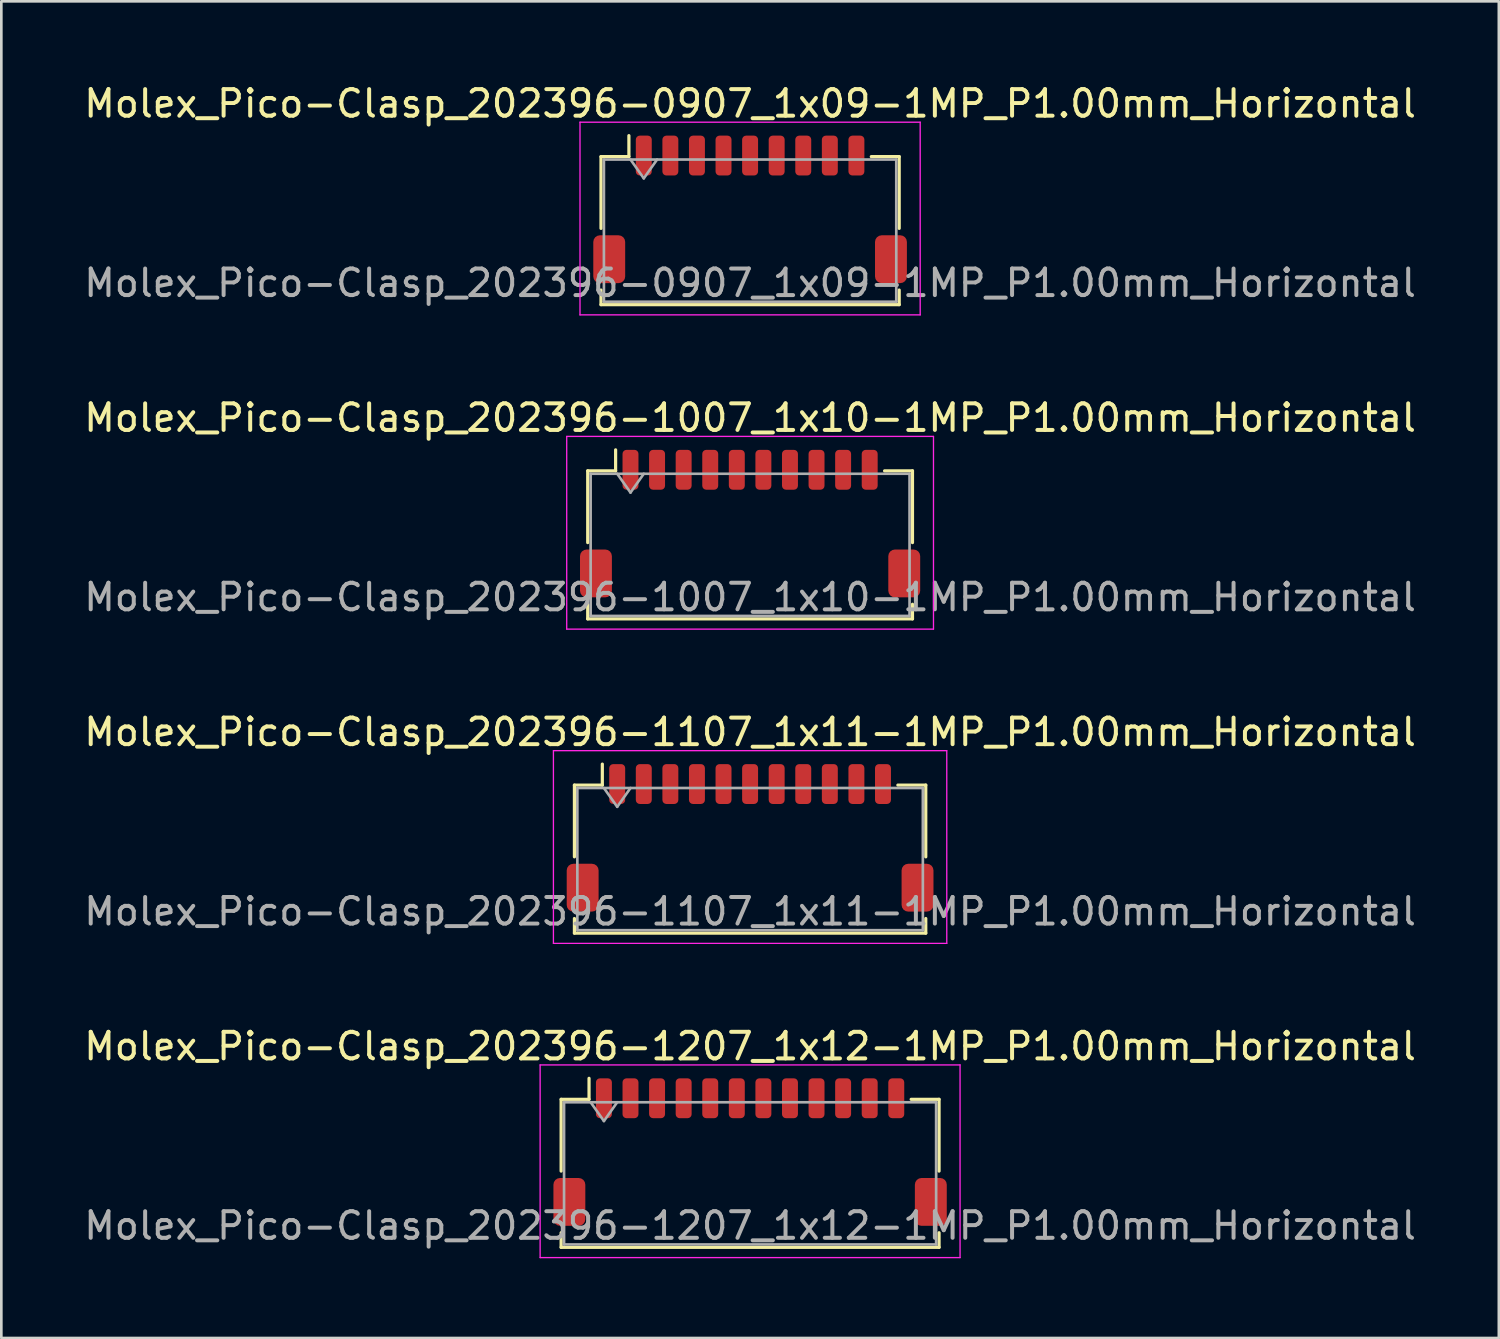
<source format=kicad_pcb>
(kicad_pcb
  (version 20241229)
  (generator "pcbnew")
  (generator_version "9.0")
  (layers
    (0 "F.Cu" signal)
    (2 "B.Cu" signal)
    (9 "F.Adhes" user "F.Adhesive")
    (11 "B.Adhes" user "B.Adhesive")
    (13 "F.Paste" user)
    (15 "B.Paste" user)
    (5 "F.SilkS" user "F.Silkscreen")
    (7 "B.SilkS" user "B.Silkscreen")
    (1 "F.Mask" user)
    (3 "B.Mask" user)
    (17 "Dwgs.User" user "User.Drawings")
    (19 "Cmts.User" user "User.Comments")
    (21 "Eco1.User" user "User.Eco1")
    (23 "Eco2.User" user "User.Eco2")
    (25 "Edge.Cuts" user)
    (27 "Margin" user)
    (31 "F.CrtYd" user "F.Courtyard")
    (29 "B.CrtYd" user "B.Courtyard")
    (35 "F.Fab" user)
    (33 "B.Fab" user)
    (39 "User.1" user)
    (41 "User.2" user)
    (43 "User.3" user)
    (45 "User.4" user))
  (footprint "Molex_Pico-Clasp_202396-1107_1x11-1MP_P1.00mm_Horizontal"
    (layer "F.Cu")
    (at 25.173 28.475)
    (property "Reference" "Molex_Pico-Clasp_202396-1107_1x11-1MP_P1.00mm_Horizontal" (at 0 -3.98 0) (layer "F.SilkS") (effects (font (size 1 1) (thickness 0.15))))
    (attr smd)
    (fp_line (start -6.61 -1.985) (end -5.56 -1.985) (stroke (width 0.12) (type solid)) (layer "F.SilkS"))
    (fp_line (start -6.61 0.715) (end -6.61 -1.985) (stroke (width 0.12) (type solid)) (layer "F.SilkS"))
    (fp_line (start -6.61 3.035) (end -6.61 3.585) (stroke (width 0.12) (type solid)) (layer "F.SilkS"))
    (fp_line (start -6.61 3.585) (end 6.61 3.585) (stroke (width 0.12) (type solid)) (layer "F.SilkS"))
    (fp_line (start -5.56 -1.985) (end -5.56 -2.775) (stroke (width 0.12) (type solid)) (layer "F.SilkS"))
    (fp_line (start 6.61 -1.985) (end 5.56 -1.985) (stroke (width 0.12) (type solid)) (layer "F.SilkS"))
    (fp_line (start 6.61 0.715) (end 6.61 -1.985) (stroke (width 0.12) (type solid)) (layer "F.SilkS"))
    (fp_line (start 6.61 3.585) (end 6.61 3.035) (stroke (width 0.12) (type solid)) (layer "F.SilkS"))
    (fp_line (start -7.4 -3.28) (end -7.4 3.97) (stroke (width 0.05) (type solid)) (layer "F.CrtYd"))
    (fp_line (start -7.4 3.97) (end 7.4 3.97) (stroke (width 0.05) (type solid)) (layer "F.CrtYd"))
    (fp_line (start 7.4 -3.28) (end -7.4 -3.28) (stroke (width 0.05) (type solid)) (layer "F.CrtYd"))
    (fp_line (start 7.4 3.97) (end 7.4 -3.28) (stroke (width 0.05) (type solid)) (layer "F.CrtYd"))
    (fp_line (start -6.5 -1.875) (end -6.5 3.475) (stroke (width 0.1) (type solid)) (layer "F.Fab"))
    (fp_line (start -6.5 -1.875) (end 6.5 -1.875) (stroke (width 0.1) (type solid)) (layer "F.Fab"))
    (fp_line (start -6.5 3.475) (end 6.5 3.475) (stroke (width 0.1) (type solid)) (layer "F.Fab"))
    (fp_line (start -5.5 -1.875) (end -5 -1.168) (stroke (width 0.1) (type solid)) (layer "F.Fab"))
    (fp_line (start -5 -1.168) (end -4.5 -1.875) (stroke (width 0.1) (type solid)) (layer "F.Fab"))
    (fp_line (start 6.5 -1.875) (end 6.5 3.475) (stroke (width 0.1) (type solid)) (layer "F.Fab"))
    (fp_text user "${REFERENCE}" (at 0 2.77 0) (layer "F.Fab") (effects (font (size 1 1) (thickness 0.15))))
    (pad "1" smd roundrect (at -5 -2.025) (size 0.6 1.5) (layers "F.Cu" "F.Mask" "F.Paste") (roundrect_rratio 0.25))
    (pad "2" smd roundrect (at -4 -2.025) (size 0.6 1.5) (layers "F.Cu" "F.Mask" "F.Paste") (roundrect_rratio 0.25))
    (pad "3" smd roundrect (at -3 -2.025) (size 0.6 1.5) (layers "F.Cu" "F.Mask" "F.Paste") (roundrect_rratio 0.25))
    (pad "4" smd roundrect (at -2 -2.025) (size 0.6 1.5) (layers "F.Cu" "F.Mask" "F.Paste") (roundrect_rratio 0.25))
    (pad "5" smd roundrect (at -1 -2.025) (size 0.6 1.5) (layers "F.Cu" "F.Mask" "F.Paste") (roundrect_rratio 0.25))
    (pad "6" smd roundrect (at 0 -2.025) (size 0.6 1.5) (layers "F.Cu" "F.Mask" "F.Paste") (roundrect_rratio 0.25))
    (pad "7" smd roundrect (at 1 -2.025) (size 0.6 1.5) (layers "F.Cu" "F.Mask" "F.Paste") (roundrect_rratio 0.25))
    (pad "8" smd roundrect (at 2 -2.025) (size 0.6 1.5) (layers "F.Cu" "F.Mask" "F.Paste") (roundrect_rratio 0.25))
    (pad "9" smd roundrect (at 3 -2.025) (size 0.6 1.5) (layers "F.Cu" "F.Mask" "F.Paste") (roundrect_rratio 0.25))
    (pad "10" smd roundrect (at 4 -2.025) (size 0.6 1.5) (layers "F.Cu" "F.Mask" "F.Paste") (roundrect_rratio 0.25))
    (pad "11" smd roundrect (at 5 -2.025) (size 0.6 1.5) (layers "F.Cu" "F.Mask" "F.Paste") (roundrect_rratio 0.25))
    (pad "MP" smd roundrect (at -6.3 1.875) (size 1.2 1.8) (layers "F.Cu" "F.Mask" "F.Paste") (roundrect_rratio 0.208))
    (pad "MP" smd roundrect (at 6.3 1.875) (size 1.2 1.8) (layers "F.Cu" "F.Mask" "F.Paste") (roundrect_rratio 0.208)))
  (footprint "Molex_Pico-Clasp_202396-1007_1x10-1MP_P1.00mm_Horizontal"
    (layer "F.Cu")
    (at 25.173 16.651)
    (property "Reference" "Molex_Pico-Clasp_202396-1007_1x10-1MP_P1.00mm_Horizontal" (at 0 -3.98 0) (layer "F.SilkS") (effects (font (size 1 1) (thickness 0.15))))
    (attr smd)
    (fp_line (start -6.11 -1.985) (end -5.06 -1.985) (stroke (width 0.12) (type solid)) (layer "F.SilkS"))
    (fp_line (start -6.11 0.715) (end -6.11 -1.985) (stroke (width 0.12) (type solid)) (layer "F.SilkS"))
    (fp_line (start -6.11 3.035) (end -6.11 3.585) (stroke (width 0.12) (type solid)) (layer "F.SilkS"))
    (fp_line (start -6.11 3.585) (end 6.11 3.585) (stroke (width 0.12) (type solid)) (layer "F.SilkS"))
    (fp_line (start -5.06 -1.985) (end -5.06 -2.775) (stroke (width 0.12) (type solid)) (layer "F.SilkS"))
    (fp_line (start 6.11 -1.985) (end 5.06 -1.985) (stroke (width 0.12) (type solid)) (layer "F.SilkS"))
    (fp_line (start 6.11 0.715) (end 6.11 -1.985) (stroke (width 0.12) (type solid)) (layer "F.SilkS"))
    (fp_line (start 6.11 3.585) (end 6.11 3.035) (stroke (width 0.12) (type solid)) (layer "F.SilkS"))
    (fp_line (start -6.9 -3.28) (end -6.9 3.97) (stroke (width 0.05) (type solid)) (layer "F.CrtYd"))
    (fp_line (start -6.9 3.97) (end 6.9 3.97) (stroke (width 0.05) (type solid)) (layer "F.CrtYd"))
    (fp_line (start 6.9 -3.28) (end -6.9 -3.28) (stroke (width 0.05) (type solid)) (layer "F.CrtYd"))
    (fp_line (start 6.9 3.97) (end 6.9 -3.28) (stroke (width 0.05) (type solid)) (layer "F.CrtYd"))
    (fp_line (start -6 -1.875) (end -6 3.475) (stroke (width 0.1) (type solid)) (layer "F.Fab"))
    (fp_line (start -6 -1.875) (end 6 -1.875) (stroke (width 0.1) (type solid)) (layer "F.Fab"))
    (fp_line (start -6 3.475) (end 6 3.475) (stroke (width 0.1) (type solid)) (layer "F.Fab"))
    (fp_line (start -5 -1.875) (end -4.5 -1.168) (stroke (width 0.1) (type solid)) (layer "F.Fab"))
    (fp_line (start -4.5 -1.168) (end -4 -1.875) (stroke (width 0.1) (type solid)) (layer "F.Fab"))
    (fp_line (start 6 -1.875) (end 6 3.475) (stroke (width 0.1) (type solid)) (layer "F.Fab"))
    (fp_text user "${REFERENCE}" (at 0 2.77 0) (layer "F.Fab") (effects (font (size 1 1) (thickness 0.15))))
    (pad "1" smd roundrect (at -4.5 -2.025) (size 0.6 1.5) (layers "F.Cu" "F.Mask" "F.Paste") (roundrect_rratio 0.25))
    (pad "2" smd roundrect (at -3.5 -2.025) (size 0.6 1.5) (layers "F.Cu" "F.Mask" "F.Paste") (roundrect_rratio 0.25))
    (pad "3" smd roundrect (at -2.5 -2.025) (size 0.6 1.5) (layers "F.Cu" "F.Mask" "F.Paste") (roundrect_rratio 0.25))
    (pad "4" smd roundrect (at -1.5 -2.025) (size 0.6 1.5) (layers "F.Cu" "F.Mask" "F.Paste") (roundrect_rratio 0.25))
    (pad "5" smd roundrect (at -0.5 -2.025) (size 0.6 1.5) (layers "F.Cu" "F.Mask" "F.Paste") (roundrect_rratio 0.25))
    (pad "6" smd roundrect (at 0.5 -2.025) (size 0.6 1.5) (layers "F.Cu" "F.Mask" "F.Paste") (roundrect_rratio 0.25))
    (pad "7" smd roundrect (at 1.5 -2.025) (size 0.6 1.5) (layers "F.Cu" "F.Mask" "F.Paste") (roundrect_rratio 0.25))
    (pad "8" smd roundrect (at 2.5 -2.025) (size 0.6 1.5) (layers "F.Cu" "F.Mask" "F.Paste") (roundrect_rratio 0.25))
    (pad "9" smd roundrect (at 3.5 -2.025) (size 0.6 1.5) (layers "F.Cu" "F.Mask" "F.Paste") (roundrect_rratio 0.25))
    (pad "10" smd roundrect (at 4.5 -2.025) (size 0.6 1.5) (layers "F.Cu" "F.Mask" "F.Paste") (roundrect_rratio 0.25))
    (pad "MP" smd roundrect (at -5.8 1.875) (size 1.2 1.8) (layers "F.Cu" "F.Mask" "F.Paste") (roundrect_rratio 0.208))
    (pad "MP" smd roundrect (at 5.8 1.875) (size 1.2 1.8) (layers "F.Cu" "F.Mask" "F.Paste") (roundrect_rratio 0.208)))
  (footprint "Molex_Pico-Clasp_202396-0907_1x09-1MP_P1.00mm_Horizontal"
    (layer "F.Cu")
    (at 25.173 4.828)
    (property "Reference" "Molex_Pico-Clasp_202396-0907_1x09-1MP_P1.00mm_Horizontal" (at 0 -3.98 0) (layer "F.SilkS") (effects (font (size 1 1) (thickness 0.15))))
    (attr smd)
    (fp_line (start -5.61 -1.985) (end -4.56 -1.985) (stroke (width 0.12) (type solid)) (layer "F.SilkS"))
    (fp_line (start -5.61 0.715) (end -5.61 -1.985) (stroke (width 0.12) (type solid)) (layer "F.SilkS"))
    (fp_line (start -5.61 3.035) (end -5.61 3.585) (stroke (width 0.12) (type solid)) (layer "F.SilkS"))
    (fp_line (start -5.61 3.585) (end 5.61 3.585) (stroke (width 0.12) (type solid)) (layer "F.SilkS"))
    (fp_line (start -4.56 -1.985) (end -4.56 -2.775) (stroke (width 0.12) (type solid)) (layer "F.SilkS"))
    (fp_line (start 5.61 -1.985) (end 4.56 -1.985) (stroke (width 0.12) (type solid)) (layer "F.SilkS"))
    (fp_line (start 5.61 0.715) (end 5.61 -1.985) (stroke (width 0.12) (type solid)) (layer "F.SilkS"))
    (fp_line (start 5.61 3.585) (end 5.61 3.035) (stroke (width 0.12) (type solid)) (layer "F.SilkS"))
    (fp_line (start -6.4 -3.28) (end -6.4 3.97) (stroke (width 0.05) (type solid)) (layer "F.CrtYd"))
    (fp_line (start -6.4 3.97) (end 6.4 3.97) (stroke (width 0.05) (type solid)) (layer "F.CrtYd"))
    (fp_line (start 6.4 -3.28) (end -6.4 -3.28) (stroke (width 0.05) (type solid)) (layer "F.CrtYd"))
    (fp_line (start 6.4 3.97) (end 6.4 -3.28) (stroke (width 0.05) (type solid)) (layer "F.CrtYd"))
    (fp_line (start -5.5 -1.875) (end -5.5 3.475) (stroke (width 0.1) (type solid)) (layer "F.Fab"))
    (fp_line (start -5.5 -1.875) (end 5.5 -1.875) (stroke (width 0.1) (type solid)) (layer "F.Fab"))
    (fp_line (start -5.5 3.475) (end 5.5 3.475) (stroke (width 0.1) (type solid)) (layer "F.Fab"))
    (fp_line (start -4.5 -1.875) (end -4 -1.168) (stroke (width 0.1) (type solid)) (layer "F.Fab"))
    (fp_line (start -4 -1.168) (end -3.5 -1.875) (stroke (width 0.1) (type solid)) (layer "F.Fab"))
    (fp_line (start 5.5 -1.875) (end 5.5 3.475) (stroke (width 0.1) (type solid)) (layer "F.Fab"))
    (fp_text user "${REFERENCE}" (at 0 2.77 0) (layer "F.Fab") (effects (font (size 1 1) (thickness 0.15))))
    (pad "1" smd roundrect (at -4 -2.025) (size 0.6 1.5) (layers "F.Cu" "F.Mask" "F.Paste") (roundrect_rratio 0.25))
    (pad "2" smd roundrect (at -3 -2.025) (size 0.6 1.5) (layers "F.Cu" "F.Mask" "F.Paste") (roundrect_rratio 0.25))
    (pad "3" smd roundrect (at -2 -2.025) (size 0.6 1.5) (layers "F.Cu" "F.Mask" "F.Paste") (roundrect_rratio 0.25))
    (pad "4" smd roundrect (at -1 -2.025) (size 0.6 1.5) (layers "F.Cu" "F.Mask" "F.Paste") (roundrect_rratio 0.25))
    (pad "5" smd roundrect (at 0 -2.025) (size 0.6 1.5) (layers "F.Cu" "F.Mask" "F.Paste") (roundrect_rratio 0.25))
    (pad "6" smd roundrect (at 1 -2.025) (size 0.6 1.5) (layers "F.Cu" "F.Mask" "F.Paste") (roundrect_rratio 0.25))
    (pad "7" smd roundrect (at 2 -2.025) (size 0.6 1.5) (layers "F.Cu" "F.Mask" "F.Paste") (roundrect_rratio 0.25))
    (pad "8" smd roundrect (at 3 -2.025) (size 0.6 1.5) (layers "F.Cu" "F.Mask" "F.Paste") (roundrect_rratio 0.25))
    (pad "9" smd roundrect (at 4 -2.025) (size 0.6 1.5) (layers "F.Cu" "F.Mask" "F.Paste") (roundrect_rratio 0.25))
    (pad "MP" smd roundrect (at -5.3 1.875) (size 1.2 1.8) (layers "F.Cu" "F.Mask" "F.Paste") (roundrect_rratio 0.208))
    (pad "MP" smd roundrect (at 5.3 1.875) (size 1.2 1.8) (layers "F.Cu" "F.Mask" "F.Paste") (roundrect_rratio 0.208)))
  (footprint "Molex_Pico-Clasp_202396-1207_1x12-1MP_P1.00mm_Horizontal"
    (layer "F.Cu")
    (at 25.173 40.298)
    (property "Reference" "Molex_Pico-Clasp_202396-1207_1x12-1MP_P1.00mm_Horizontal" (at 0 -3.98 0) (layer "F.SilkS") (effects (font (size 1 1) (thickness 0.15))))
    (attr smd)
    (fp_line (start -7.11 -1.985) (end -6.06 -1.985) (stroke (width 0.12) (type solid)) (layer "F.SilkS"))
    (fp_line (start -7.11 0.715) (end -7.11 -1.985) (stroke (width 0.12) (type solid)) (layer "F.SilkS"))
    (fp_line (start -7.11 3.035) (end -7.11 3.585) (stroke (width 0.12) (type solid)) (layer "F.SilkS"))
    (fp_line (start -7.11 3.585) (end 7.11 3.585) (stroke (width 0.12) (type solid)) (layer "F.SilkS"))
    (fp_line (start -6.06 -1.985) (end -6.06 -2.775) (stroke (width 0.12) (type solid)) (layer "F.SilkS"))
    (fp_line (start 7.11 -1.985) (end 6.06 -1.985) (stroke (width 0.12) (type solid)) (layer "F.SilkS"))
    (fp_line (start 7.11 0.715) (end 7.11 -1.985) (stroke (width 0.12) (type solid)) (layer "F.SilkS"))
    (fp_line (start 7.11 3.585) (end 7.11 3.035) (stroke (width 0.12) (type solid)) (layer "F.SilkS"))
    (fp_line (start -7.9 -3.28) (end -7.9 3.97) (stroke (width 0.05) (type solid)) (layer "F.CrtYd"))
    (fp_line (start -7.9 3.97) (end 7.9 3.97) (stroke (width 0.05) (type solid)) (layer "F.CrtYd"))
    (fp_line (start 7.9 -3.28) (end -7.9 -3.28) (stroke (width 0.05) (type solid)) (layer "F.CrtYd"))
    (fp_line (start 7.9 3.97) (end 7.9 -3.28) (stroke (width 0.05) (type solid)) (layer "F.CrtYd"))
    (fp_line (start -7 -1.875) (end -7 3.475) (stroke (width 0.1) (type solid)) (layer "F.Fab"))
    (fp_line (start -7 -1.875) (end 7 -1.875) (stroke (width 0.1) (type solid)) (layer "F.Fab"))
    (fp_line (start -7 3.475) (end 7 3.475) (stroke (width 0.1) (type solid)) (layer "F.Fab"))
    (fp_line (start -6 -1.875) (end -5.5 -1.168) (stroke (width 0.1) (type solid)) (layer "F.Fab"))
    (fp_line (start -5.5 -1.168) (end -5 -1.875) (stroke (width 0.1) (type solid)) (layer "F.Fab"))
    (fp_line (start 7 -1.875) (end 7 3.475) (stroke (width 0.1) (type solid)) (layer "F.Fab"))
    (fp_text user "${REFERENCE}" (at 0 2.77 0) (layer "F.Fab") (effects (font (size 1 1) (thickness 0.15))))
    (pad "1" smd roundrect (at -5.5 -2.025) (size 0.6 1.5) (layers "F.Cu" "F.Mask" "F.Paste") (roundrect_rratio 0.25))
    (pad "2" smd roundrect (at -4.5 -2.025) (size 0.6 1.5) (layers "F.Cu" "F.Mask" "F.Paste") (roundrect_rratio 0.25))
    (pad "3" smd roundrect (at -3.5 -2.025) (size 0.6 1.5) (layers "F.Cu" "F.Mask" "F.Paste") (roundrect_rratio 0.25))
    (pad "4" smd roundrect (at -2.5 -2.025) (size 0.6 1.5) (layers "F.Cu" "F.Mask" "F.Paste") (roundrect_rratio 0.25))
    (pad "5" smd roundrect (at -1.5 -2.025) (size 0.6 1.5) (layers "F.Cu" "F.Mask" "F.Paste") (roundrect_rratio 0.25))
    (pad "6" smd roundrect (at -0.5 -2.025) (size 0.6 1.5) (layers "F.Cu" "F.Mask" "F.Paste") (roundrect_rratio 0.25))
    (pad "7" smd roundrect (at 0.5 -2.025) (size 0.6 1.5) (layers "F.Cu" "F.Mask" "F.Paste") (roundrect_rratio 0.25))
    (pad "8" smd roundrect (at 1.5 -2.025) (size 0.6 1.5) (layers "F.Cu" "F.Mask" "F.Paste") (roundrect_rratio 0.25))
    (pad "9" smd roundrect (at 2.5 -2.025) (size 0.6 1.5) (layers "F.Cu" "F.Mask" "F.Paste") (roundrect_rratio 0.25))
    (pad "10" smd roundrect (at 3.5 -2.025) (size 0.6 1.5) (layers "F.Cu" "F.Mask" "F.Paste") (roundrect_rratio 0.25))
    (pad "11" smd roundrect (at 4.5 -2.025) (size 0.6 1.5) (layers "F.Cu" "F.Mask" "F.Paste") (roundrect_rratio 0.25))
    (pad "12" smd roundrect (at 5.5 -2.025) (size 0.6 1.5) (layers "F.Cu" "F.Mask" "F.Paste") (roundrect_rratio 0.25))
    (pad "MP" smd roundrect (at -6.8 1.875) (size 1.2 1.8) (layers "F.Cu" "F.Mask" "F.Paste") (roundrect_rratio 0.208))
    (pad "MP" smd roundrect (at 6.8 1.875) (size 1.2 1.8) (layers "F.Cu" "F.Mask" "F.Paste") (roundrect_rratio 0.208)))
  (gr_rect
    (start -3 -3)
    (end 53.345 47.293)
    (stroke (width 0.1) (type default))
    (fill no)
    (layer "Edge.Cuts")))
</source>
